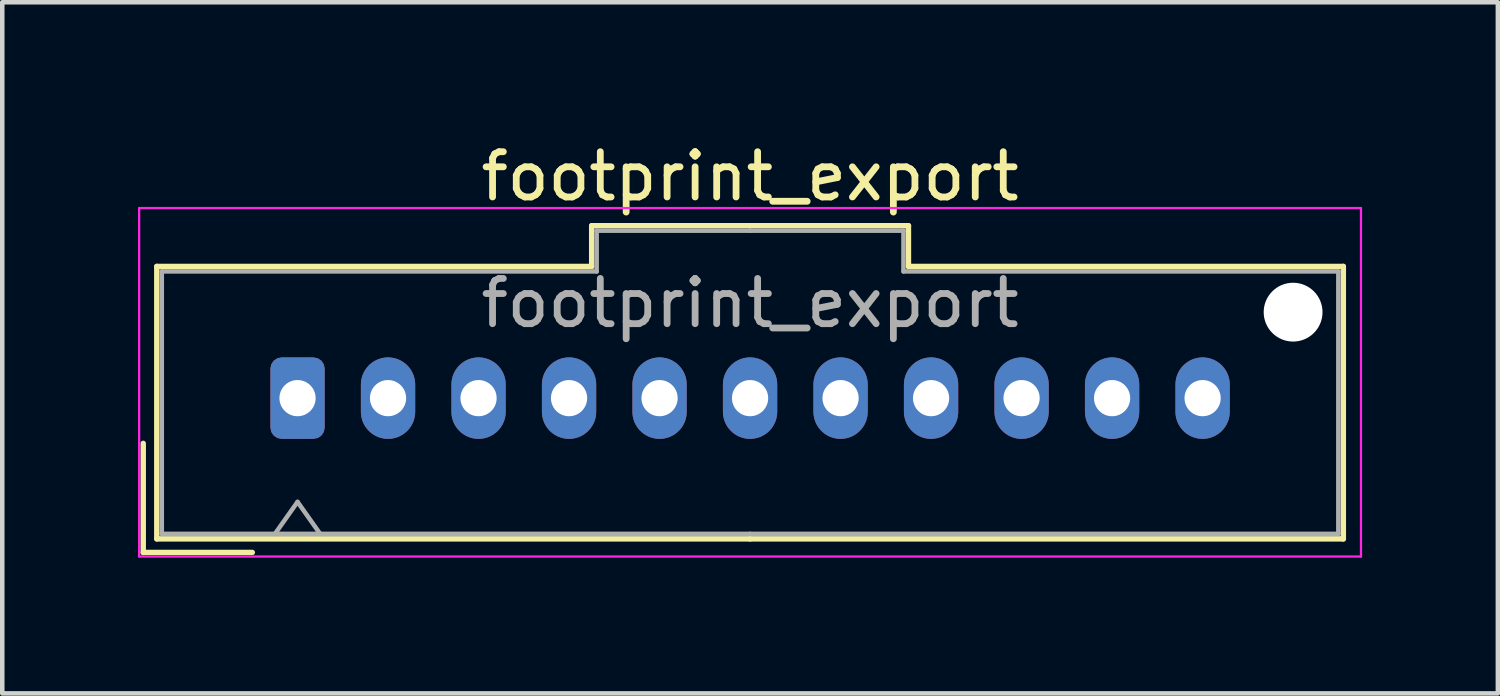
<source format=kicad_pcb>
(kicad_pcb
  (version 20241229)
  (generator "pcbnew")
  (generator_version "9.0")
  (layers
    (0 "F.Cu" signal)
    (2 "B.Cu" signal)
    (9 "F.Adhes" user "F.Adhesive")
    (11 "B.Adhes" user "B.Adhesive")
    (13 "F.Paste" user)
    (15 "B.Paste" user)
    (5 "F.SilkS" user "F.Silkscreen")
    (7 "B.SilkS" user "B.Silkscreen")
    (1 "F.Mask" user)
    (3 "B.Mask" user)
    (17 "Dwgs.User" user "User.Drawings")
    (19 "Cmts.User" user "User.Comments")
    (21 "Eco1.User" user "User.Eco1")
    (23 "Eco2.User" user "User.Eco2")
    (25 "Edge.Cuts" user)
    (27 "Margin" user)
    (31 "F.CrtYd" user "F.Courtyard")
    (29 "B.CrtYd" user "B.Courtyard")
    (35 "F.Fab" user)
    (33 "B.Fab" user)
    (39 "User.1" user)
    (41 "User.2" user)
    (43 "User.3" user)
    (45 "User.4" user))
  (footprint "footprint_export"
    (layer "F.Cu")
    (at 3.525 5.748)
    (property "Reference" "footprint_export" (at 10 -4.9 0) (layer "F.SilkS") (effects (font (size 1 1) (thickness 0.15))))
    (attr through_hole)
    (fp_line (start -3.41 1) (end -3.41 3.41) (stroke (width 0.12) (type solid)) (layer "F.SilkS"))
    (fp_line (start -3.41 3.41) (end -1 3.41) (stroke (width 0.12) (type solid)) (layer "F.SilkS"))
    (fp_line (start -3.11 -2.91) (end -3.11 3.11) (stroke (width 0.12) (type solid)) (layer "F.SilkS"))
    (fp_line (start -3.11 3.11) (end 10 3.11) (stroke (width 0.12) (type solid)) (layer "F.SilkS"))
    (fp_line (start 6.5 -3.81) (end 6.5 -2.91) (stroke (width 0.12) (type solid)) (layer "F.SilkS"))
    (fp_line (start 6.5 -2.91) (end -3.11 -2.91) (stroke (width 0.12) (type solid)) (layer "F.SilkS"))
    (fp_line (start 10 -3.81) (end 6.5 -3.81) (stroke (width 0.12) (type solid)) (layer "F.SilkS"))
    (fp_line (start 10 -3.81) (end 13.5 -3.81) (stroke (width 0.12) (type solid)) (layer "F.SilkS"))
    (fp_line (start 13.5 -3.81) (end 13.5 -2.91) (stroke (width 0.12) (type solid)) (layer "F.SilkS"))
    (fp_line (start 13.5 -2.91) (end 23.11 -2.91) (stroke (width 0.12) (type solid)) (layer "F.SilkS"))
    (fp_line (start 23.11 -2.91) (end 23.11 3.11) (stroke (width 0.12) (type solid)) (layer "F.SilkS"))
    (fp_line (start 23.11 3.11) (end 10 3.11) (stroke (width 0.12) (type solid)) (layer "F.SilkS"))
    (fp_line (start -3.5 -4.2) (end -3.5 3.5) (stroke (width 0.05) (type solid)) (layer "F.CrtYd"))
    (fp_line (start -3.5 3.5) (end 23.5 3.5) (stroke (width 0.05) (type solid)) (layer "F.CrtYd"))
    (fp_line (start 23.5 -4.2) (end -3.5 -4.2) (stroke (width 0.05) (type solid)) (layer "F.CrtYd"))
    (fp_line (start 23.5 3.5) (end 23.5 -4.2) (stroke (width 0.05) (type solid)) (layer "F.CrtYd"))
    (fp_line (start -3 -2.8) (end -3 3) (stroke (width 0.1) (type solid)) (layer "F.Fab"))
    (fp_line (start -3 3) (end 10 3) (stroke (width 0.1) (type solid)) (layer "F.Fab"))
    (fp_line (start -0.5 3) (end 0 2.293) (stroke (width 0.1) (type solid)) (layer "F.Fab"))
    (fp_line (start 0 2.293) (end 0.5 3) (stroke (width 0.1) (type solid)) (layer "F.Fab"))
    (fp_line (start 6.61 -3.7) (end 6.61 -2.8) (stroke (width 0.1) (type solid)) (layer "F.Fab"))
    (fp_line (start 6.61 -2.8) (end -3 -2.8) (stroke (width 0.1) (type solid)) (layer "F.Fab"))
    (fp_line (start 10 -3.7) (end 6.61 -3.7) (stroke (width 0.1) (type solid)) (layer "F.Fab"))
    (fp_line (start 10 -3.7) (end 13.39 -3.7) (stroke (width 0.1) (type solid)) (layer "F.Fab"))
    (fp_line (start 13.39 -3.7) (end 13.39 -2.8) (stroke (width 0.1) (type solid)) (layer "F.Fab"))
    (fp_line (start 13.39 -2.8) (end 23 -2.8) (stroke (width 0.1) (type solid)) (layer "F.Fab"))
    (fp_line (start 23 -2.8) (end 23 3) (stroke (width 0.1) (type solid)) (layer "F.Fab"))
    (fp_line (start 23 3) (end 10 3) (stroke (width 0.1) (type solid)) (layer "F.Fab"))
    (fp_text user "${REFERENCE}" (at 10 -2.1 0) (layer "F.Fab") (effects (font (size 1 1) (thickness 0.15))))
    (pad "" np_thru_hole circle (at 22 -1.9) (size 1.3 1.3) (drill 1.3) (layers "*.Cu" "*.Mask"))
    (pad "1" thru_hole roundrect (at 0 0) (size 1.2 1.8) (drill 0.8) (layers "*.Cu" "*.Mask") (roundrect_rratio 0.208))
    (pad "2" thru_hole oval (at 2 0) (size 1.2 1.8) (drill 0.8) (layers "*.Cu" "*.Mask"))
    (pad "3" thru_hole oval (at 4 0) (size 1.2 1.8) (drill 0.8) (layers "*.Cu" "*.Mask"))
    (pad "4" thru_hole oval (at 6 0) (size 1.2 1.8) (drill 0.8) (layers "*.Cu" "*.Mask"))
    (pad "5" thru_hole oval (at 8 0) (size 1.2 1.8) (drill 0.8) (layers "*.Cu" "*.Mask"))
    (pad "6" thru_hole oval (at 10 0) (size 1.2 1.8) (drill 0.8) (layers "*.Cu" "*.Mask"))
    (pad "7" thru_hole oval (at 12 0) (size 1.2 1.8) (drill 0.8) (layers "*.Cu" "*.Mask"))
    (pad "8" thru_hole oval (at 14 0) (size 1.2 1.8) (drill 0.8) (layers "*.Cu" "*.Mask"))
    (pad "9" thru_hole oval (at 16 0) (size 1.2 1.8) (drill 0.8) (layers "*.Cu" "*.Mask"))
    (pad "10" thru_hole oval (at 18 0) (size 1.2 1.8) (drill 0.8) (layers "*.Cu" "*.Mask"))
    (pad "11" thru_hole oval (at 20 0) (size 1.2 1.8) (drill 0.8) (layers "*.Cu" "*.Mask")))
  (gr_rect
    (start -3 -3)
    (end 30.05 12.273)
    (stroke (width 0.1) (type default))
    (fill no)
    (layer "Edge.Cuts")))
</source>
